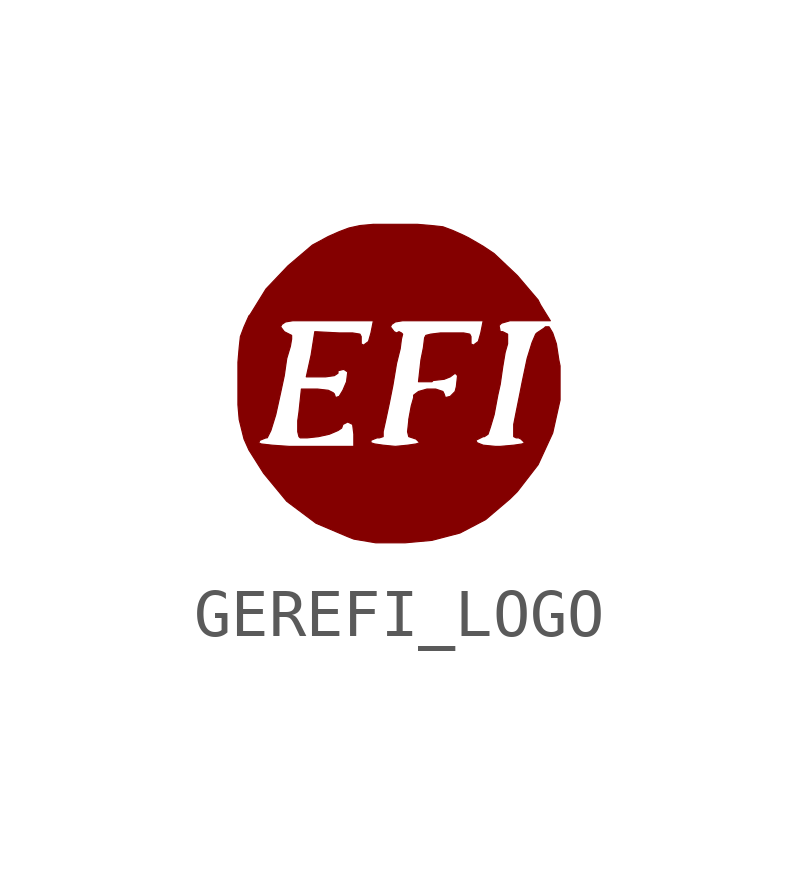
<source format=kicad_sym>
(kicad_symbol_lib
  (version 20210619)
  (generator kicad_symbol_editor)
  (symbol "gerefi_logo:GEREFI_LOGO"
    (pin_names
      (offset 1.016))
    (property "Reference" "G"
      (at 0 -2.616 0)
      (effects (font (size 1.524 1.524)) hide))
    (symbol "GEREFI_LOGO_0_0"
      (polyline (pts (xy 3.353 0.406) (xy 3.327 0.533) (xy 3.277 0.864) (xy 3.2 1.092) (xy 3.124 1.219) (xy 3.048 1.219) (xy 3.023 1.194) (xy 2.87 1.092) (xy 2.845 1.067) (xy 2.769 0.889) (xy 2.667 0.559) (xy 2.565 0.076) (xy 2.515 -0.178) (xy 2.438 -0.559) (xy 2.388 -0.813) (xy 2.388 -0.991) (xy 2.388 -1.067) (xy 2.438 -1.092) (xy 2.489 -1.092) (xy 2.54 -1.118) (xy 2.616 -1.194) (xy 2.565 -1.219) (xy 2.388 -1.245) (xy 2.108 -1.27) (xy 2.007 -1.27) (xy 1.753 -1.245) (xy 1.626 -1.194) (xy 1.6 -1.143) (xy 1.753 -1.067) (xy 1.778 -1.067) (xy 1.854 -1.016) (xy 1.905 -0.864) (xy 1.981 -0.61) (xy 2.057 -0.203) (xy 2.108 0.025) (xy 2.159 0.381) (xy 2.21 0.686) (xy 2.261 0.864) (xy 2.261 0.914) (xy 2.261 1.067) (xy 2.159 1.118) (xy 2.108 1.118) (xy 2.083 1.245) (xy 2.134 1.295) (xy 2.311 1.346) (xy 2.642 1.346) (xy 3.15 1.346) (xy 2.946 1.676) (xy 2.896 1.778) (xy 2.464 2.286) (xy 1.981 2.743) (xy 1.753 2.896) (xy 1.753 1.346) (xy 1.702 1.092) (xy 1.651 0.914) (xy 1.549 0.838) (xy 1.499 0.864) (xy 1.499 0.991) (xy 1.499 1.016) (xy 1.473 1.067) (xy 1.346 1.092) (xy 1.067 1.092) (xy 0.864 1.092) (xy 0.66 1.067) (xy 0.559 1.041) (xy 0.533 0.991) (xy 0.508 0.787) (xy 0.457 0.533) (xy 0.406 0.076) (xy 0.686 0.076) (xy 0.711 0.102) (xy 0.94 0.127) (xy 1.067 0.178) (xy 1.168 0.254) (xy 1.219 0.203) (xy 1.194 -0.025) (xy 1.168 -0.127) (xy 1.067 -0.229) (xy 0.965 -0.254) (xy 0.94 -0.178) (xy 0.914 -0.127) (xy 0.762 -0.076) (xy 0.584 -0.076) (xy 0.406 -0.127) (xy 0.305 -0.203) (xy 0.305 -0.254) (xy 0.254 -0.432) (xy 0.203 -0.711) (xy 0.203 -0.737) (xy 0.178 -0.965) (xy 0.203 -1.067) (xy 0.279 -1.092) (xy 0.356 -1.118) (xy 0.432 -1.194) (xy 0.356 -1.219) (xy 0.178 -1.245) (xy -0.076 -1.27) (xy -0.33 -1.245) (xy -0.508 -1.219) (xy -0.584 -1.194) (xy -0.584 -1.143) (xy -0.457 -1.092) (xy -0.406 -1.092) (xy -0.33 -1.067) (xy -0.33 -0.965) (xy -0.279 -0.737) (xy -0.203 -0.381) (xy -0.127 0) (xy -0.051 0.457) (xy 0.025 0.762) (xy 0.051 0.965) (xy 0.076 1.067) (xy 0.051 1.092) (xy 0 1.118) (xy -0.051 1.092) (xy -0.102 1.118) (xy -0.178 1.219) (xy -0.152 1.27) (xy -0.076 1.321) (xy 0.076 1.346) (xy 0.356 1.346) (xy 0.787 1.346) (xy 1.753 1.346) (xy 1.753 2.896) (xy 1.448 3.073) (xy 1.346 3.124) (xy 1.118 3.226) (xy 0.914 3.302) (xy 0.686 3.327) (xy 0.381 3.353) (xy -0.051 3.353) (xy -0.102 3.353) (xy -0.508 3.353) (xy -0.533 3.353) (xy -0.533 1.346) (xy -0.584 1.092) (xy -0.635 0.914) (xy -0.737 0.838) (xy -0.787 0.864) (xy -0.787 0.965) (xy -0.787 1.016) (xy -0.813 1.067) (xy -0.965 1.092) (xy -1.245 1.092) (xy -1.753 1.118) (xy -1.829 0.635) (xy -1.93 0.178) (xy -1.6 0.178) (xy -1.524 0.178) (xy -1.346 0.203) (xy -1.27 0.254) (xy -1.27 0.305) (xy -1.168 0.33) (xy -1.143 0.33) (xy -1.067 0.279) (xy -1.092 0.076) (xy -1.168 -0.102) (xy -1.245 -0.229) (xy -1.321 -0.254) (xy -1.346 -0.178) (xy -1.372 -0.152) (xy -1.473 -0.102) (xy -1.702 -0.076) (xy -2.032 -0.076) (xy -2.083 -0.559) (xy -2.108 -0.737) (xy -2.108 -0.965) (xy -2.083 -1.067) (xy -2.057 -1.092) (xy -1.905 -1.092) (xy -1.676 -1.067) (xy -1.448 -1.016) (xy -1.27 -0.94) (xy -1.194 -0.889) (xy -1.168 -0.813) (xy -1.067 -0.762) (xy -0.965 -0.813) (xy -0.94 -1.016) (xy -0.94 -1.27) (xy -1.956 -1.27) (xy -2.286 -1.27) (xy -2.642 -1.245) (xy -2.87 -1.219) (xy -2.921 -1.194) (xy -2.896 -1.143) (xy -2.769 -1.092) (xy -2.743 -1.092) (xy -2.667 -0.94) (xy -2.565 -0.61) (xy -2.464 -0.152) (xy -2.388 0.203) (xy -2.337 0.559) (xy -2.261 0.813) (xy -2.235 0.965) (xy -2.235 1.041) (xy -2.337 1.092) (xy -2.388 1.118) (xy -2.464 1.219) (xy -2.438 1.27) (xy -2.362 1.321) (xy -2.21 1.346) (xy -1.93 1.346) (xy -1.499 1.346) (xy -0.533 1.346) (xy -0.533 3.353) (xy -0.813 3.327) (xy -1.041 3.277) (xy -1.245 3.2) (xy -1.473 3.099) (xy -1.803 2.921) (xy -2.311 2.489) (xy -2.769 2.007) (xy -3.099 1.473) (xy -3.124 1.448) (xy -3.226 1.219) (xy -3.302 1.016) (xy -3.327 0.787) (xy -3.353 0.483) (xy -3.353 0.051) (xy -3.353 0) (xy -3.353 -0.406) (xy -3.327 -0.711) (xy -3.277 -0.914) (xy -3.226 -1.118) (xy -3.124 -1.346) (xy -2.819 -1.829) (xy -2.337 -2.413) (xy -1.727 -2.87) (xy -1.067 -3.15) (xy -0.94 -3.2) (xy -0.483 -3.277) (xy 0.127 -3.277) (xy 0.686 -3.226) (xy 1.27 -3.073) (xy 1.803 -2.794) (xy 2.311 -2.362) (xy 2.464 -2.21) (xy 2.896 -1.651) (xy 3.2 -0.991) (xy 3.353 -0.305) (xy 3.353 0.406) (xy 3.353 0.406)) (stroke (width 0.025)) (fill (type outline))))))
</source>
